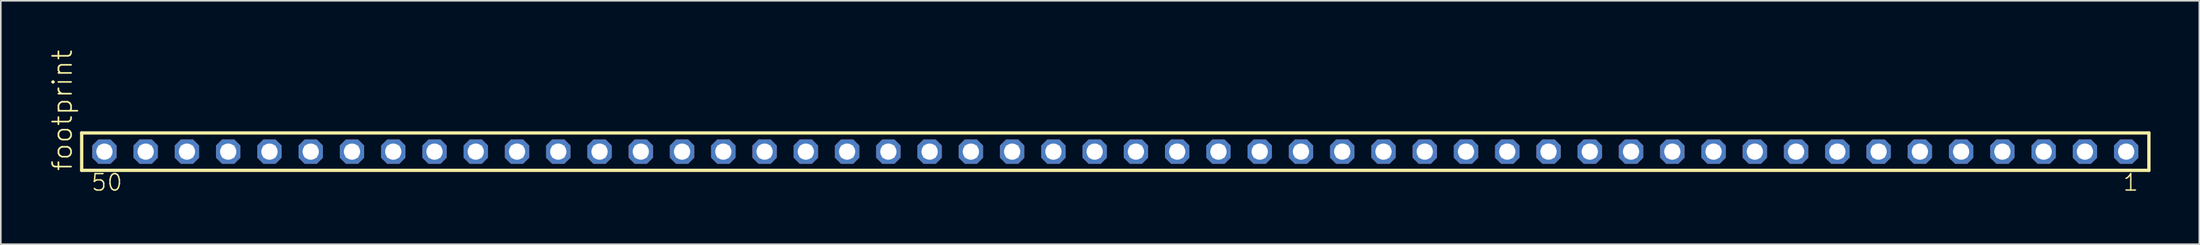
<source format=kicad_pcb>
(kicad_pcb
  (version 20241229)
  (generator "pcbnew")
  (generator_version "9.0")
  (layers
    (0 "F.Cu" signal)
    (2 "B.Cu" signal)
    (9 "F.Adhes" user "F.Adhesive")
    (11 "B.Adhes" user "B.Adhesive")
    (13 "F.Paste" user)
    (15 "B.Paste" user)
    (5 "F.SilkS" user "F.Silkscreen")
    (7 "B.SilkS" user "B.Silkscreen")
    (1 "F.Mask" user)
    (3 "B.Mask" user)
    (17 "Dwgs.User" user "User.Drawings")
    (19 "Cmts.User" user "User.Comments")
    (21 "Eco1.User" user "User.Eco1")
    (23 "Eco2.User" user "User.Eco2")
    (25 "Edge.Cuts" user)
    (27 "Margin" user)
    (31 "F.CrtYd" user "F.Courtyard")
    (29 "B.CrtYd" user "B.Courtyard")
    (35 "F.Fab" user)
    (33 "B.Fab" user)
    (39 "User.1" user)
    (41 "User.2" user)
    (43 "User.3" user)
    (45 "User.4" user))
  (footprint "footprint"
    (layer "F.Cu")
    (at 65.608 6.312)
    (property "Reference" "footprint" (at -64.135 1.27 90) (layer "F.SilkS") (effects (font (size 1.168 1.168) (thickness 0.102)) (justify left bottom)))
    (fp_line (start -63.629 -1.155) (end 63.629 -1.155) (stroke (width 0.203) (type solid)) (layer "F.SilkS"))
    (fp_line (start -63.629 1.155) (end -63.629 -1.155) (stroke (width 0.203) (type solid)) (layer "F.SilkS"))
    (fp_line (start 63.629 -1.155) (end 63.629 1.155) (stroke (width 0.203) (type solid)) (layer "F.SilkS"))
    (fp_line (start 63.629 1.155) (end -63.629 1.155) (stroke (width 0.203) (type solid)) (layer "F.SilkS"))
    (fp_poly (pts (xy -62.58 0.35) (xy -61.88 0.35) (xy -61.88 -0.35) (xy -62.58 -0.35)) (stroke (width 0.1) (type solid)) (fill no) (layer "F.Fab"))
    (fp_poly (pts (xy -60.04 0.35) (xy -59.34 0.35) (xy -59.34 -0.35) (xy -60.04 -0.35)) (stroke (width 0.1) (type solid)) (fill no) (layer "F.Fab"))
    (fp_poly (pts (xy -57.5 0.35) (xy -56.8 0.35) (xy -56.8 -0.35) (xy -57.5 -0.35)) (stroke (width 0.1) (type solid)) (fill no) (layer "F.Fab"))
    (fp_poly (pts (xy -54.96 0.35) (xy -54.26 0.35) (xy -54.26 -0.35) (xy -54.96 -0.35)) (stroke (width 0.1) (type solid)) (fill no) (layer "F.Fab"))
    (fp_poly (pts (xy -52.42 0.35) (xy -51.72 0.35) (xy -51.72 -0.35) (xy -52.42 -0.35)) (stroke (width 0.1) (type solid)) (fill no) (layer "F.Fab"))
    (fp_poly (pts (xy -49.88 0.35) (xy -49.18 0.35) (xy -49.18 -0.35) (xy -49.88 -0.35)) (stroke (width 0.1) (type solid)) (fill no) (layer "F.Fab"))
    (fp_poly (pts (xy -47.34 0.35) (xy -46.64 0.35) (xy -46.64 -0.35) (xy -47.34 -0.35)) (stroke (width 0.1) (type solid)) (fill no) (layer "F.Fab"))
    (fp_poly (pts (xy -44.8 0.35) (xy -44.1 0.35) (xy -44.1 -0.35) (xy -44.8 -0.35)) (stroke (width 0.1) (type solid)) (fill no) (layer "F.Fab"))
    (fp_poly (pts (xy -42.26 0.35) (xy -41.56 0.35) (xy -41.56 -0.35) (xy -42.26 -0.35)) (stroke (width 0.1) (type solid)) (fill no) (layer "F.Fab"))
    (fp_poly (pts (xy -39.72 0.35) (xy -39.02 0.35) (xy -39.02 -0.35) (xy -39.72 -0.35)) (stroke (width 0.1) (type solid)) (fill no) (layer "F.Fab"))
    (fp_poly (pts (xy -37.18 0.35) (xy -36.48 0.35) (xy -36.48 -0.35) (xy -37.18 -0.35)) (stroke (width 0.1) (type solid)) (fill no) (layer "F.Fab"))
    (fp_poly (pts (xy -34.64 0.35) (xy -33.94 0.35) (xy -33.94 -0.35) (xy -34.64 -0.35)) (stroke (width 0.1) (type solid)) (fill no) (layer "F.Fab"))
    (fp_poly (pts (xy -32.1 0.35) (xy -31.4 0.35) (xy -31.4 -0.35) (xy -32.1 -0.35)) (stroke (width 0.1) (type solid)) (fill no) (layer "F.Fab"))
    (fp_poly (pts (xy -29.56 0.35) (xy -28.86 0.35) (xy -28.86 -0.35) (xy -29.56 -0.35)) (stroke (width 0.1) (type solid)) (fill no) (layer "F.Fab"))
    (fp_poly (pts (xy -27.02 0.35) (xy -26.32 0.35) (xy -26.32 -0.35) (xy -27.02 -0.35)) (stroke (width 0.1) (type solid)) (fill no) (layer "F.Fab"))
    (fp_poly (pts (xy -24.48 0.35) (xy -23.78 0.35) (xy -23.78 -0.35) (xy -24.48 -0.35)) (stroke (width 0.1) (type solid)) (fill no) (layer "F.Fab"))
    (fp_poly (pts (xy -21.94 0.35) (xy -21.24 0.35) (xy -21.24 -0.35) (xy -21.94 -0.35)) (stroke (width 0.1) (type solid)) (fill no) (layer "F.Fab"))
    (fp_poly (pts (xy -19.4 0.35) (xy -18.7 0.35) (xy -18.7 -0.35) (xy -19.4 -0.35)) (stroke (width 0.1) (type solid)) (fill no) (layer "F.Fab"))
    (fp_poly (pts (xy -16.86 0.35) (xy -16.16 0.35) (xy -16.16 -0.35) (xy -16.86 -0.35)) (stroke (width 0.1) (type solid)) (fill no) (layer "F.Fab"))
    (fp_poly (pts (xy -14.32 0.35) (xy -13.62 0.35) (xy -13.62 -0.35) (xy -14.32 -0.35)) (stroke (width 0.1) (type solid)) (fill no) (layer "F.Fab"))
    (fp_poly (pts (xy -11.78 0.35) (xy -11.08 0.35) (xy -11.08 -0.35) (xy -11.78 -0.35)) (stroke (width 0.1) (type solid)) (fill no) (layer "F.Fab"))
    (fp_poly (pts (xy -9.24 0.35) (xy -8.54 0.35) (xy -8.54 -0.35) (xy -9.24 -0.35)) (stroke (width 0.1) (type solid)) (fill no) (layer "F.Fab"))
    (fp_poly (pts (xy -6.7 0.35) (xy -6 0.35) (xy -6 -0.35) (xy -6.7 -0.35)) (stroke (width 0.1) (type solid)) (fill no) (layer "F.Fab"))
    (fp_poly (pts (xy -4.16 0.35) (xy -3.46 0.35) (xy -3.46 -0.35) (xy -4.16 -0.35)) (stroke (width 0.1) (type solid)) (fill no) (layer "F.Fab"))
    (fp_poly (pts (xy -1.62 0.35) (xy -0.92 0.35) (xy -0.92 -0.35) (xy -1.62 -0.35)) (stroke (width 0.1) (type solid)) (fill no) (layer "F.Fab"))
    (fp_poly (pts (xy 0.92 0.35) (xy 1.62 0.35) (xy 1.62 -0.35) (xy 0.92 -0.35)) (stroke (width 0.1) (type solid)) (fill no) (layer "F.Fab"))
    (fp_poly (pts (xy 3.46 0.35) (xy 4.16 0.35) (xy 4.16 -0.35) (xy 3.46 -0.35)) (stroke (width 0.1) (type solid)) (fill no) (layer "F.Fab"))
    (fp_poly (pts (xy 6 0.35) (xy 6.7 0.35) (xy 6.7 -0.35) (xy 6 -0.35)) (stroke (width 0.1) (type solid)) (fill no) (layer "F.Fab"))
    (fp_poly (pts (xy 8.54 0.35) (xy 9.24 0.35) (xy 9.24 -0.35) (xy 8.54 -0.35)) (stroke (width 0.1) (type solid)) (fill no) (layer "F.Fab"))
    (fp_poly (pts (xy 11.08 0.35) (xy 11.78 0.35) (xy 11.78 -0.35) (xy 11.08 -0.35)) (stroke (width 0.1) (type solid)) (fill no) (layer "F.Fab"))
    (fp_poly (pts (xy 13.62 0.35) (xy 14.32 0.35) (xy 14.32 -0.35) (xy 13.62 -0.35)) (stroke (width 0.1) (type solid)) (fill no) (layer "F.Fab"))
    (fp_poly (pts (xy 16.16 0.35) (xy 16.86 0.35) (xy 16.86 -0.35) (xy 16.16 -0.35)) (stroke (width 0.1) (type solid)) (fill no) (layer "F.Fab"))
    (fp_poly (pts (xy 18.7 0.35) (xy 19.4 0.35) (xy 19.4 -0.35) (xy 18.7 -0.35)) (stroke (width 0.1) (type solid)) (fill no) (layer "F.Fab"))
    (fp_poly (pts (xy 21.24 0.35) (xy 21.94 0.35) (xy 21.94 -0.35) (xy 21.24 -0.35)) (stroke (width 0.1) (type solid)) (fill no) (layer "F.Fab"))
    (fp_poly (pts (xy 23.78 0.35) (xy 24.48 0.35) (xy 24.48 -0.35) (xy 23.78 -0.35)) (stroke (width 0.1) (type solid)) (fill no) (layer "F.Fab"))
    (fp_poly (pts (xy 26.32 0.35) (xy 27.02 0.35) (xy 27.02 -0.35) (xy 26.32 -0.35)) (stroke (width 0.1) (type solid)) (fill no) (layer "F.Fab"))
    (fp_poly (pts (xy 28.86 0.35) (xy 29.56 0.35) (xy 29.56 -0.35) (xy 28.86 -0.35)) (stroke (width 0.1) (type solid)) (fill no) (layer "F.Fab"))
    (fp_poly (pts (xy 31.4 0.35) (xy 32.1 0.35) (xy 32.1 -0.35) (xy 31.4 -0.35)) (stroke (width 0.1) (type solid)) (fill no) (layer "F.Fab"))
    (fp_poly (pts (xy 33.94 0.35) (xy 34.64 0.35) (xy 34.64 -0.35) (xy 33.94 -0.35)) (stroke (width 0.1) (type solid)) (fill no) (layer "F.Fab"))
    (fp_poly (pts (xy 36.48 0.35) (xy 37.18 0.35) (xy 37.18 -0.35) (xy 36.48 -0.35)) (stroke (width 0.1) (type solid)) (fill no) (layer "F.Fab"))
    (fp_poly (pts (xy 39.02 0.35) (xy 39.72 0.35) (xy 39.72 -0.35) (xy 39.02 -0.35)) (stroke (width 0.1) (type solid)) (fill no) (layer "F.Fab"))
    (fp_poly (pts (xy 41.56 0.35) (xy 42.26 0.35) (xy 42.26 -0.35) (xy 41.56 -0.35)) (stroke (width 0.1) (type solid)) (fill no) (layer "F.Fab"))
    (fp_poly (pts (xy 44.1 0.35) (xy 44.8 0.35) (xy 44.8 -0.35) (xy 44.1 -0.35)) (stroke (width 0.1) (type solid)) (fill no) (layer "F.Fab"))
    (fp_poly (pts (xy 46.64 0.35) (xy 47.34 0.35) (xy 47.34 -0.35) (xy 46.64 -0.35)) (stroke (width 0.1) (type solid)) (fill no) (layer "F.Fab"))
    (fp_poly (pts (xy 49.18 0.35) (xy 49.88 0.35) (xy 49.88 -0.35) (xy 49.18 -0.35)) (stroke (width 0.1) (type solid)) (fill no) (layer "F.Fab"))
    (fp_poly (pts (xy 51.72 0.35) (xy 52.42 0.35) (xy 52.42 -0.35) (xy 51.72 -0.35)) (stroke (width 0.1) (type solid)) (fill no) (layer "F.Fab"))
    (fp_poly (pts (xy 54.26 0.35) (xy 54.96 0.35) (xy 54.96 -0.35) (xy 54.26 -0.35)) (stroke (width 0.1) (type solid)) (fill no) (layer "F.Fab"))
    (fp_poly (pts (xy 56.8 0.35) (xy 57.5 0.35) (xy 57.5 -0.35) (xy 56.8 -0.35)) (stroke (width 0.1) (type solid)) (fill no) (layer "F.Fab"))
    (fp_poly (pts (xy 59.34 0.35) (xy 60.04 0.35) (xy 60.04 -0.35) (xy 59.34 -0.35)) (stroke (width 0.1) (type solid)) (fill no) (layer "F.Fab"))
    (fp_poly (pts (xy 61.88 0.35) (xy 62.58 0.35) (xy 62.58 -0.35) (xy 61.88 -0.35)) (stroke (width 0.1) (type solid)) (fill no) (layer "F.Fab"))
    (fp_text user "50" (at -63.1 2.498 0) (layer "F.SilkS") (effects (font (size 1.012 1.012) (thickness 0.088)) (justify left bottom)))
    (fp_text user "1" (at 61.972 2.498 0) (layer "F.SilkS") (effects (font (size 1.012 1.012) (thickness 0.088)) (justify left bottom)))
    (pad "1" thru_hole roundrect (at 62.23 0 180) (size 1.5 1.5) (drill 1) (layers "*.Cu" "*.Mask") (roundrect_rratio 0.25) (chamfer_ratio 0.25) (chamfer top_left top_right bottom_left bottom_right))
    (pad "2" thru_hole roundrect (at 59.69 0 180) (size 1.5 1.5) (drill 1) (layers "*.Cu" "*.Mask") (roundrect_rratio 0.25) (chamfer_ratio 0.25) (chamfer top_left top_right bottom_left bottom_right))
    (pad "3" thru_hole roundrect (at 57.15 0 180) (size 1.5 1.5) (drill 1) (layers "*.Cu" "*.Mask") (roundrect_rratio 0.25) (chamfer_ratio 0.25) (chamfer top_left top_right bottom_left bottom_right))
    (pad "4" thru_hole roundrect (at 54.61 0 180) (size 1.5 1.5) (drill 1) (layers "*.Cu" "*.Mask") (roundrect_rratio 0.25) (chamfer_ratio 0.25) (chamfer top_left top_right bottom_left bottom_right))
    (pad "5" thru_hole roundrect (at 52.07 0 180) (size 1.5 1.5) (drill 1) (layers "*.Cu" "*.Mask") (roundrect_rratio 0.25) (chamfer_ratio 0.25) (chamfer top_left top_right bottom_left bottom_right))
    (pad "6" thru_hole roundrect (at 49.53 0 180) (size 1.5 1.5) (drill 1) (layers "*.Cu" "*.Mask") (roundrect_rratio 0.25) (chamfer_ratio 0.25) (chamfer top_left top_right bottom_left bottom_right))
    (pad "7" thru_hole roundrect (at 46.99 0 180) (size 1.5 1.5) (drill 1) (layers "*.Cu" "*.Mask") (roundrect_rratio 0.25) (chamfer_ratio 0.25) (chamfer top_left top_right bottom_left bottom_right))
    (pad "8" thru_hole roundrect (at 44.45 0 180) (size 1.5 1.5) (drill 1) (layers "*.Cu" "*.Mask") (roundrect_rratio 0.25) (chamfer_ratio 0.25) (chamfer top_left top_right bottom_left bottom_right))
    (pad "9" thru_hole roundrect (at 41.91 0 180) (size 1.5 1.5) (drill 1) (layers "*.Cu" "*.Mask") (roundrect_rratio 0.25) (chamfer_ratio 0.25) (chamfer top_left top_right bottom_left bottom_right))
    (pad "10" thru_hole roundrect (at 39.37 0 180) (size 1.5 1.5) (drill 1) (layers "*.Cu" "*.Mask") (roundrect_rratio 0.25) (chamfer_ratio 0.25) (chamfer top_left top_right bottom_left bottom_right))
    (pad "11" thru_hole roundrect (at 36.83 0 180) (size 1.5 1.5) (drill 1) (layers "*.Cu" "*.Mask") (roundrect_rratio 0.25) (chamfer_ratio 0.25) (chamfer top_left top_right bottom_left bottom_right))
    (pad "12" thru_hole roundrect (at 34.29 0 180) (size 1.5 1.5) (drill 1) (layers "*.Cu" "*.Mask") (roundrect_rratio 0.25) (chamfer_ratio 0.25) (chamfer top_left top_right bottom_left bottom_right))
    (pad "13" thru_hole roundrect (at 31.75 0 180) (size 1.5 1.5) (drill 1) (layers "*.Cu" "*.Mask") (roundrect_rratio 0.25) (chamfer_ratio 0.25) (chamfer top_left top_right bottom_left bottom_right))
    (pad "14" thru_hole roundrect (at 29.21 0 180) (size 1.5 1.5) (drill 1) (layers "*.Cu" "*.Mask") (roundrect_rratio 0.25) (chamfer_ratio 0.25) (chamfer top_left top_right bottom_left bottom_right))
    (pad "15" thru_hole roundrect (at 26.67 0 180) (size 1.5 1.5) (drill 1) (layers "*.Cu" "*.Mask") (roundrect_rratio 0.25) (chamfer_ratio 0.25) (chamfer top_left top_right bottom_left bottom_right))
    (pad "16" thru_hole roundrect (at 24.13 0 180) (size 1.5 1.5) (drill 1) (layers "*.Cu" "*.Mask") (roundrect_rratio 0.25) (chamfer_ratio 0.25) (chamfer top_left top_right bottom_left bottom_right))
    (pad "17" thru_hole roundrect (at 21.59 0 180) (size 1.5 1.5) (drill 1) (layers "*.Cu" "*.Mask") (roundrect_rratio 0.25) (chamfer_ratio 0.25) (chamfer top_left top_right bottom_left bottom_right))
    (pad "18" thru_hole roundrect (at 19.05 0 180) (size 1.5 1.5) (drill 1) (layers "*.Cu" "*.Mask") (roundrect_rratio 0.25) (chamfer_ratio 0.25) (chamfer top_left top_right bottom_left bottom_right))
    (pad "19" thru_hole roundrect (at 16.51 0 180) (size 1.5 1.5) (drill 1) (layers "*.Cu" "*.Mask") (roundrect_rratio 0.25) (chamfer_ratio 0.25) (chamfer top_left top_right bottom_left bottom_right))
    (pad "20" thru_hole roundrect (at 13.97 0 180) (size 1.5 1.5) (drill 1) (layers "*.Cu" "*.Mask") (roundrect_rratio 0.25) (chamfer_ratio 0.25) (chamfer top_left top_right bottom_left bottom_right))
    (pad "21" thru_hole roundrect (at 11.43 0 180) (size 1.5 1.5) (drill 1) (layers "*.Cu" "*.Mask") (roundrect_rratio 0.25) (chamfer_ratio 0.25) (chamfer top_left top_right bottom_left bottom_right))
    (pad "22" thru_hole roundrect (at 8.89 0 180) (size 1.5 1.5) (drill 1) (layers "*.Cu" "*.Mask") (roundrect_rratio 0.25) (chamfer_ratio 0.25) (chamfer top_left top_right bottom_left bottom_right))
    (pad "23" thru_hole roundrect (at 6.35 0 180) (size 1.5 1.5) (drill 1) (layers "*.Cu" "*.Mask") (roundrect_rratio 0.25) (chamfer_ratio 0.25) (chamfer top_left top_right bottom_left bottom_right))
    (pad "24" thru_hole roundrect (at 3.81 0 180) (size 1.5 1.5) (drill 1) (layers "*.Cu" "*.Mask") (roundrect_rratio 0.25) (chamfer_ratio 0.25) (chamfer top_left top_right bottom_left bottom_right))
    (pad "25" thru_hole roundrect (at 1.27 0 180) (size 1.5 1.5) (drill 1) (layers "*.Cu" "*.Mask") (roundrect_rratio 0.25) (chamfer_ratio 0.25) (chamfer top_left top_right bottom_left bottom_right))
    (pad "26" thru_hole roundrect (at -1.27 0 180) (size 1.5 1.5) (drill 1) (layers "*.Cu" "*.Mask") (roundrect_rratio 0.25) (chamfer_ratio 0.25) (chamfer top_left top_right bottom_left bottom_right))
    (pad "27" thru_hole roundrect (at -3.81 0 180) (size 1.5 1.5) (drill 1) (layers "*.Cu" "*.Mask") (roundrect_rratio 0.25) (chamfer_ratio 0.25) (chamfer top_left top_right bottom_left bottom_right))
    (pad "28" thru_hole roundrect (at -6.35 0 180) (size 1.5 1.5) (drill 1) (layers "*.Cu" "*.Mask") (roundrect_rratio 0.25) (chamfer_ratio 0.25) (chamfer top_left top_right bottom_left bottom_right))
    (pad "29" thru_hole roundrect (at -8.89 0 180) (size 1.5 1.5) (drill 1) (layers "*.Cu" "*.Mask") (roundrect_rratio 0.25) (chamfer_ratio 0.25) (chamfer top_left top_right bottom_left bottom_right))
    (pad "30" thru_hole roundrect (at -11.43 0 180) (size 1.5 1.5) (drill 1) (layers "*.Cu" "*.Mask") (roundrect_rratio 0.25) (chamfer_ratio 0.25) (chamfer top_left top_right bottom_left bottom_right))
    (pad "31" thru_hole roundrect (at -13.97 0 180) (size 1.5 1.5) (drill 1) (layers "*.Cu" "*.Mask") (roundrect_rratio 0.25) (chamfer_ratio 0.25) (chamfer top_left top_right bottom_left bottom_right))
    (pad "32" thru_hole roundrect (at -16.51 0 180) (size 1.5 1.5) (drill 1) (layers "*.Cu" "*.Mask") (roundrect_rratio 0.25) (chamfer_ratio 0.25) (chamfer top_left top_right bottom_left bottom_right))
    (pad "33" thru_hole roundrect (at -19.05 0 180) (size 1.5 1.5) (drill 1) (layers "*.Cu" "*.Mask") (roundrect_rratio 0.25) (chamfer_ratio 0.25) (chamfer top_left top_right bottom_left bottom_right))
    (pad "34" thru_hole roundrect (at -21.59 0 180) (size 1.5 1.5) (drill 1) (layers "*.Cu" "*.Mask") (roundrect_rratio 0.25) (chamfer_ratio 0.25) (chamfer top_left top_right bottom_left bottom_right))
    (pad "35" thru_hole roundrect (at -24.13 0 180) (size 1.5 1.5) (drill 1) (layers "*.Cu" "*.Mask") (roundrect_rratio 0.25) (chamfer_ratio 0.25) (chamfer top_left top_right bottom_left bottom_right))
    (pad "36" thru_hole roundrect (at -26.67 0 180) (size 1.5 1.5) (drill 1) (layers "*.Cu" "*.Mask") (roundrect_rratio 0.25) (chamfer_ratio 0.25) (chamfer top_left top_right bottom_left bottom_right))
    (pad "37" thru_hole roundrect (at -29.21 0 180) (size 1.5 1.5) (drill 1) (layers "*.Cu" "*.Mask") (roundrect_rratio 0.25) (chamfer_ratio 0.25) (chamfer top_left top_right bottom_left bottom_right))
    (pad "38" thru_hole roundrect (at -31.75 0 180) (size 1.5 1.5) (drill 1) (layers "*.Cu" "*.Mask") (roundrect_rratio 0.25) (chamfer_ratio 0.25) (chamfer top_left top_right bottom_left bottom_right))
    (pad "39" thru_hole roundrect (at -34.29 0 180) (size 1.5 1.5) (drill 1) (layers "*.Cu" "*.Mask") (roundrect_rratio 0.25) (chamfer_ratio 0.25) (chamfer top_left top_right bottom_left bottom_right))
    (pad "40" thru_hole roundrect (at -36.83 0 180) (size 1.5 1.5) (drill 1) (layers "*.Cu" "*.Mask") (roundrect_rratio 0.25) (chamfer_ratio 0.25) (chamfer top_left top_right bottom_left bottom_right))
    (pad "41" thru_hole roundrect (at -39.37 0 180) (size 1.5 1.5) (drill 1) (layers "*.Cu" "*.Mask") (roundrect_rratio 0.25) (chamfer_ratio 0.25) (chamfer top_left top_right bottom_left bottom_right))
    (pad "42" thru_hole roundrect (at -41.91 0 180) (size 1.5 1.5) (drill 1) (layers "*.Cu" "*.Mask") (roundrect_rratio 0.25) (chamfer_ratio 0.25) (chamfer top_left top_right bottom_left bottom_right))
    (pad "43" thru_hole roundrect (at -44.45 0 180) (size 1.5 1.5) (drill 1) (layers "*.Cu" "*.Mask") (roundrect_rratio 0.25) (chamfer_ratio 0.25) (chamfer top_left top_right bottom_left bottom_right))
    (pad "44" thru_hole roundrect (at -46.99 0 180) (size 1.5 1.5) (drill 1) (layers "*.Cu" "*.Mask") (roundrect_rratio 0.25) (chamfer_ratio 0.25) (chamfer top_left top_right bottom_left bottom_right))
    (pad "45" thru_hole roundrect (at -49.53 0 180) (size 1.5 1.5) (drill 1) (layers "*.Cu" "*.Mask") (roundrect_rratio 0.25) (chamfer_ratio 0.25) (chamfer top_left top_right bottom_left bottom_right))
    (pad "46" thru_hole roundrect (at -52.07 0 180) (size 1.5 1.5) (drill 1) (layers "*.Cu" "*.Mask") (roundrect_rratio 0.25) (chamfer_ratio 0.25) (chamfer top_left top_right bottom_left bottom_right))
    (pad "47" thru_hole roundrect (at -54.61 0 180) (size 1.5 1.5) (drill 1) (layers "*.Cu" "*.Mask") (roundrect_rratio 0.25) (chamfer_ratio 0.25) (chamfer top_left top_right bottom_left bottom_right))
    (pad "48" thru_hole roundrect (at -57.15 0 180) (size 1.5 1.5) (drill 1) (layers "*.Cu" "*.Mask") (roundrect_rratio 0.25) (chamfer_ratio 0.25) (chamfer top_left top_right bottom_left bottom_right))
    (pad "49" thru_hole roundrect (at -59.69 0 180) (size 1.5 1.5) (drill 1) (layers "*.Cu" "*.Mask") (roundrect_rratio 0.25) (chamfer_ratio 0.25) (chamfer top_left top_right bottom_left bottom_right))
    (pad "50" thru_hole roundrect (at -62.23 0 180) (size 1.5 1.5) (drill 1) (layers "*.Cu" "*.Mask") (roundrect_rratio 0.25) (chamfer_ratio 0.25) (chamfer top_left top_right bottom_left bottom_right)))
  (gr_rect
    (start -3 -3)
    (end 132.339 12.027)
    (stroke (width 0.1) (type default))
    (fill no)
    (layer "Edge.Cuts")))
</source>
